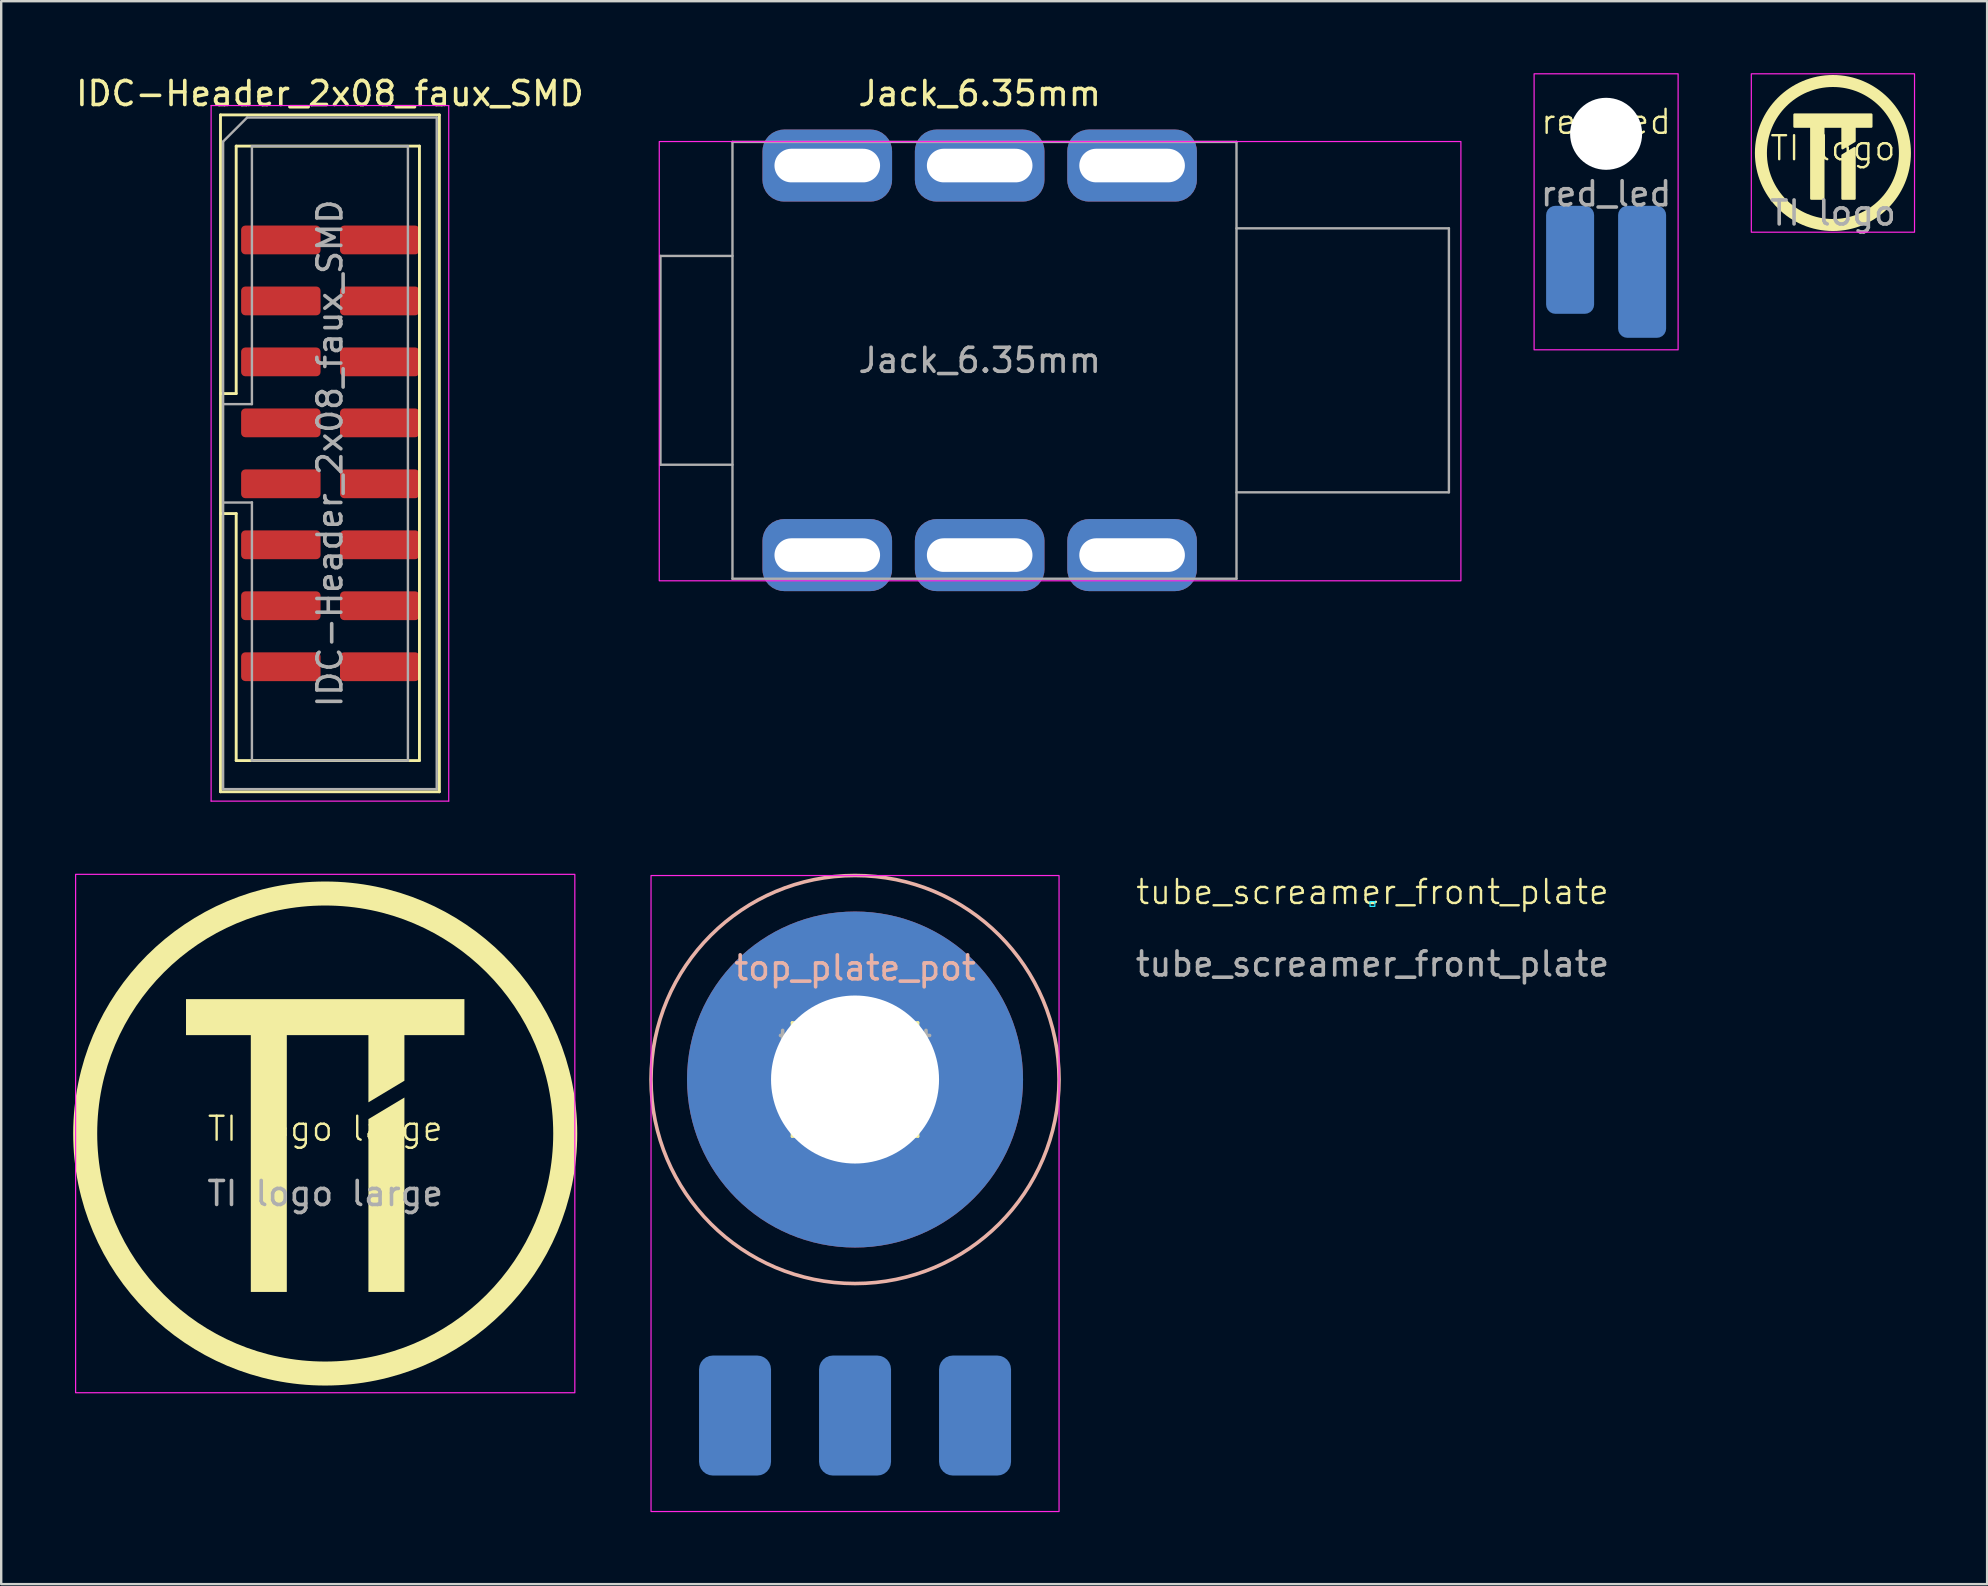
<source format=kicad_pcb>
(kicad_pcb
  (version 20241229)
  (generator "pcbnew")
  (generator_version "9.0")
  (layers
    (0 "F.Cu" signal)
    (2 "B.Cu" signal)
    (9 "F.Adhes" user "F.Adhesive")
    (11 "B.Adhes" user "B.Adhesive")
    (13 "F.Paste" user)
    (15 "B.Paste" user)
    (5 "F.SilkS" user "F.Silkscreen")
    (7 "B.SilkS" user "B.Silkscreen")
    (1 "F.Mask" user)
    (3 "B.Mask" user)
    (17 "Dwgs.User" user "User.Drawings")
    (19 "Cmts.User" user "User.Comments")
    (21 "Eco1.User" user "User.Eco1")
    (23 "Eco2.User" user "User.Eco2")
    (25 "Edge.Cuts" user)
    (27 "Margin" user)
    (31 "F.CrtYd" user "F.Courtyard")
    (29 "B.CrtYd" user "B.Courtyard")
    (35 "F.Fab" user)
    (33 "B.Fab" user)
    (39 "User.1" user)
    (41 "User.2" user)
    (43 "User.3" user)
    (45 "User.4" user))
  (footprint "TI logo large"
    (layer "F.Cu")
    (at 10.5 44.178)
    (property "Reference" "TI logo large" (at 0 -0.2 0) (unlocked yes) (layer "F.SilkS") (effects (font (size 1 1) (thickness 0.1))))
    (attr through_hole)
    (fp_rect (start -5.8 -5.6) (end 5.8 -4.1) (stroke (width 0) (type solid)) (fill yes) (layer "F.SilkS"))
    (fp_circle (center 0 0) (end 0 -10) (stroke (width 1) (type default)) (fill no) (layer "F.SilkS"))
    (fp_poly (pts (xy -3.1 6.6) (xy -3.1 -5) (xy -1.6 -5) (xy -1.6 6.6)) (stroke (width 0) (type solid)) (fill yes) (layer "F.SilkS"))
    (fp_poly (pts (xy 1.8 -1.3) (xy 3.3 -2.2) (xy 3.3 -5.5) (xy 1.8 -5.5)) (stroke (width 0) (type solid)) (fill yes) (layer "F.SilkS"))
    (fp_poly (pts (xy 1.8 6.6) (xy 1.8 -0.6) (xy 3.3 -1.5) (xy 3.3 6.6)) (stroke (width 0) (type solid)) (fill yes) (layer "F.SilkS"))
    (fp_rect (start -10.4 -10.8) (end 10.4 10.8) (stroke (width 0.05) (type default)) (fill no) (layer "F.CrtYd"))
    (fp_text user "${REFERENCE}" (at 0 2.5 0) (unlocked yes) (layer "F.Fab") (effects (font (size 1 1) (thickness 0.15)))))
  (footprint "top_plate_pot"
    (layer "F.Cu")
    (at 32.575 41.928)
    (property "Reference" "top_plate_pot" (at 0 -4.65 0) (layer "B.SilkS") (effects (font (size 1 1) (thickness 0.15))))
    (attr smd)
    (fp_line (start -2.62 -2.37) (end -2.62 2.37) (stroke (width 0.12) (type solid)) (layer "F.SilkS"))
    (fp_line (start -2.62 -2.37) (end -2.06 -2.37) (stroke (width 0.12) (type solid)) (layer "F.SilkS"))
    (fp_line (start -2.62 2.37) (end -1.26 2.37) (stroke (width 0.12) (type solid)) (layer "F.SilkS"))
    (fp_line (start -0.24 -2.37) (end 0.24 -2.37) (stroke (width 0.12) (type solid)) (layer "F.SilkS"))
    (fp_line (start 1.26 2.37) (end 2.62 2.37) (stroke (width 0.12) (type solid)) (layer "F.SilkS"))
    (fp_line (start 2.06 -2.37) (end 2.62 -2.37) (stroke (width 0.12) (type solid)) (layer "F.SilkS"))
    (fp_line (start 2.62 -2.37) (end 2.62 2.37) (stroke (width 0.12) (type solid)) (layer "F.SilkS"))
    (fp_circle (center 0 0) (end 8.5 0) (stroke (width 0.15) (type default)) (fill no) (layer "B.SilkS"))
    (fp_rect (start -8.5 -8.5) (end 8.5 18) (stroke (width 0.05) (type default)) (fill no) (layer "F.CrtYd"))
    (fp_line (start -2.5 -2.25) (end -2.5 2.25) (stroke (width 0.1) (type solid)) (layer "F.Fab"))
    (fp_line (start -2.5 2.25) (end 2.5 2.25) (stroke (width 0.1) (type solid)) (layer "F.Fab"))
    (fp_line (start 2.5 -2.25) (end -2.5 -2.25) (stroke (width 0.1) (type solid)) (layer "F.Fab"))
    (fp_line (start 2.5 2.25) (end 2.5 -2.25) (stroke (width 0.1) (type solid)) (layer "F.Fab"))
    (fp_text user "${REFERENCE}" (at 0 -1.7 0) (layer "F.Fab") (effects (font (size 0.63 0.63) (thickness 0.15))))
    (pad "1" smd roundrect (at -5 14) (size 3 5) (layers "B.Cu" "B.Mask" "B.Paste") (roundrect_rratio 0.192))
    (pad "2" smd roundrect (at 0 14) (size 3 5) (layers "B.Cu" "B.Mask" "B.Paste") (roundrect_rratio 0.192))
    (pad "3" smd roundrect (at 5 14) (size 3 5) (layers "B.Cu" "B.Mask" "B.Paste") (roundrect_rratio 0.192))
    (pad "MH" thru_hole circle (at 0 0) (size 14 14) (drill 7) (layers "*.Cu" "*.Mask")))
  (footprint "red_led"
    (layer "F.Cu")
    (at 63.868 2.525)
    (property "Reference" "red_led" (at 0 -0.5 0) (unlocked yes) (layer "F.SilkS") (effects (font (size 1 1) (thickness 0.1))))
    (attr through_hole)
    (fp_rect (start -3 -2.5) (end 3 9) (stroke (width 0.05) (type default)) (fill no) (layer "F.CrtYd"))
    (fp_text user "${REFERENCE}" (at 0 2.5 0) (unlocked yes) (layer "F.Fab") (effects (font (size 1 1) (thickness 0.15))))
    (pad "" np_thru_hole circle (at 0 0) (size 3 3) (drill 3) (layers "*.Cu" "*.Mask"))
    (pad "1" smd roundrect (at -1.5 5.25) (size 2 4.5) (layers "B.Cu" "B.Mask" "B.Paste") (roundrect_rratio 0.192))
    (pad "2" smd roundrect (at 1.5 5.75) (size 2 5.5) (layers "B.Cu" "B.Mask" "B.Paste") (roundrect_rratio 0.192)))
  (footprint "Jack_6.35mm"
    (layer "F.Cu")
    (at 31.418 3.848)
    (property "Reference" "Jack_6.35mm" (at 6.35 -3 0) (layer "F.SilkS") (effects (font (size 1 1) (thickness 0.15))))
    (attr through_hole)
    (fp_rect (start -7 -1) (end 26.4 17.3) (stroke (width 0.05) (type default)) (fill no) (layer "F.CrtYd"))
    (fp_line (start -6.95 3.765) (end -3.95 3.765) (stroke (width 0.1) (type solid)) (layer "F.Fab"))
    (fp_line (start -6.95 12.465) (end -6.95 3.765) (stroke (width 0.1) (type solid)) (layer "F.Fab"))
    (fp_line (start -6.95 12.465) (end -3.95 12.465) (stroke (width 0.1) (type solid)) (layer "F.Fab"))
    (fp_line (start -3.95 17.215) (end -3.95 -0.985) (stroke (width 0.1) (type solid)) (layer "F.Fab"))
    (fp_line (start 17.05 -0.985) (end -3.95 -0.985) (stroke (width 0.1) (type solid)) (layer "F.Fab"))
    (fp_line (start 17.05 17.215) (end -3.95 17.215) (stroke (width 0.1) (type solid)) (layer "F.Fab"))
    (fp_line (start 17.05 17.215) (end 17.05 -0.985) (stroke (width 0.1) (type solid)) (layer "F.Fab"))
    (fp_line (start 25.9 2.615) (end 17.05 2.615) (stroke (width 0.1) (type solid)) (layer "F.Fab"))
    (fp_line (start 25.9 13.615) (end 17.05 13.615) (stroke (width 0.1) (type solid)) (layer "F.Fab"))
    (fp_line (start 25.9 13.615) (end 25.9 2.615) (stroke (width 0.1) (type solid)) (layer "F.Fab"))
    (fp_text user "${REFERENCE}" (at 6.35 8.115 0) (layer "F.Fab") (effects (font (size 1 1) (thickness 0.15))))
    (pad "R" thru_hole roundrect (at 6.35 0) (size 5.4 3) (drill oval 4.4 1.4) (layers "*.Cu" "*.Mask") (roundrect_rratio 0.3))
    (pad "RN" thru_hole roundrect (at 6.35 16.23) (size 5.4 3) (drill oval 4.4 1.4) (layers "*.Cu" "*.Mask") (roundrect_rratio 0.3))
    (pad "S" thru_hole roundrect (at 12.7 0) (size 5.4 3) (drill oval 4.4 1.4) (layers "*.Cu" "*.Mask") (roundrect_rratio 0.3))
    (pad "SN" thru_hole roundrect (at 12.7 16.23) (size 5.4 3) (drill oval 4.4 1.4) (layers "*.Cu" "*.Mask") (roundrect_rratio 0.3))
    (pad "T" thru_hole roundrect (at 0 0) (size 5.4 3) (drill oval 4.4 1.4) (layers "*.Cu" "*.Mask") (roundrect_rratio 0.3))
    (pad "TN" thru_hole roundrect (at 0 16.23) (size 5.4 3) (drill oval 4.4 1.4) (layers "*.Cu" "*.Mask") (roundrect_rratio 0.3)))
  (footprint "IDC-Header_2x08_faux_SMD"
    (layer "F.Cu")
    (at 9.426 6.948)
    (property "Reference" "IDC-Header_2x08_faux_SMD" (at 1.27 -6.1 0) (layer "F.SilkS") (effects (font (size 1 1) (thickness 0.15))))
    (attr through_hole)
    (fp_line (start -3.29 -5.21) (end 5.83 -5.21) (stroke (width 0.12) (type solid)) (layer "F.SilkS"))
    (fp_line (start -3.29 6.4) (end -2.635 6.4) (stroke (width 0.12) (type solid)) (layer "F.SilkS"))
    (fp_line (start -3.29 22.99) (end -3.29 -5.21) (stroke (width 0.12) (type solid)) (layer "F.SilkS"))
    (fp_line (start -2.635 -3.91) (end 5 -3.91) (stroke (width 0.12) (type solid)) (layer "F.SilkS"))
    (fp_line (start -2.635 6.4) (end -2.635 -3.91) (stroke (width 0.12) (type solid)) (layer "F.SilkS"))
    (fp_line (start -2.635 11.4) (end -3.29 11.4) (stroke (width 0.12) (type solid)) (layer "F.SilkS"))
    (fp_line (start -2.635 21.69) (end -2.635 11.4) (stroke (width 0.12) (type solid)) (layer "F.SilkS"))
    (fp_line (start 5 -3.91) (end 5 21.69) (stroke (width 0.12) (type solid)) (layer "F.SilkS"))
    (fp_line (start 5 21.69) (end -2.635 21.69) (stroke (width 0.12) (type solid)) (layer "F.SilkS"))
    (fp_line (start 5.83 -5.21) (end 5.83 22.99) (stroke (width 0.12) (type solid)) (layer "F.SilkS"))
    (fp_line (start 5.83 22.99) (end -3.29 22.99) (stroke (width 0.12) (type solid)) (layer "F.SilkS"))
    (fp_line (start -3.68 -5.6) (end -3.68 23.38) (stroke (width 0.05) (type solid)) (layer "F.CrtYd"))
    (fp_line (start -3.68 23.38) (end 6.22 23.38) (stroke (width 0.05) (type solid)) (layer "F.CrtYd"))
    (fp_line (start 6.22 -5.6) (end -3.68 -5.6) (stroke (width 0.05) (type solid)) (layer "F.CrtYd"))
    (fp_line (start 6.22 23.38) (end 6.22 -5.6) (stroke (width 0.05) (type solid)) (layer "F.CrtYd"))
    (fp_line (start -3.18 -4.1) (end -2.18 -5.1) (stroke (width 0.1) (type solid)) (layer "F.Fab"))
    (fp_line (start -3.18 6.84) (end -1.98 6.84) (stroke (width 0.1) (type solid)) (layer "F.Fab"))
    (fp_line (start -3.18 22.88) (end -3.18 -4.1) (stroke (width 0.1) (type solid)) (layer "F.Fab"))
    (fp_line (start -2.18 -5.1) (end 5.72 -5.1) (stroke (width 0.1) (type solid)) (layer "F.Fab"))
    (fp_line (start -1.98 -3.91) (end 4.52 -3.91) (stroke (width 0.1) (type solid)) (layer "F.Fab"))
    (fp_line (start -1.98 6.84) (end -1.98 -3.91) (stroke (width 0.1) (type solid)) (layer "F.Fab"))
    (fp_line (start -1.98 10.94) (end -3.18 10.94) (stroke (width 0.1) (type solid)) (layer "F.Fab"))
    (fp_line (start -1.98 10.94) (end -1.98 10.94) (stroke (width 0.1) (type solid)) (layer "F.Fab"))
    (fp_line (start -1.98 21.69) (end -1.98 10.94) (stroke (width 0.1) (type solid)) (layer "F.Fab"))
    (fp_line (start 4.52 -3.91) (end 4.52 21.69) (stroke (width 0.1) (type solid)) (layer "F.Fab"))
    (fp_line (start 4.52 21.69) (end -1.98 21.69) (stroke (width 0.1) (type solid)) (layer "F.Fab"))
    (fp_line (start 5.72 -5.1) (end 5.72 22.88) (stroke (width 0.1) (type solid)) (layer "F.Fab"))
    (fp_line (start 5.72 22.88) (end -3.18 22.88) (stroke (width 0.1) (type solid)) (layer "F.Fab"))
    (fp_text user "${REFERENCE}" (at 1.27 8.89 90) (layer "F.Fab") (effects (font (size 1 1) (thickness 0.15))))
    (pad "1" smd roundrect (at -0.2 0) (size 3.31 1.2) (drill (offset -0.575 0)) (layers "F.Cu" "F.Mask") (roundrect_rratio 0.147))
    (pad "2" smd roundrect (at 3.345 0) (size 3.31 1.2) (layers "F.Cu" "F.Mask") (roundrect_rratio 0.147))
    (pad "3" smd roundrect (at -0.775 2.54) (size 3.31 1.2) (layers "F.Cu" "F.Mask") (roundrect_rratio 0.147))
    (pad "4" smd roundrect (at 3.345 2.54) (size 3.31 1.2) (layers "F.Cu" "F.Mask") (roundrect_rratio 0.147))
    (pad "5" smd roundrect (at -0.775 5.08) (size 3.31 1.2) (layers "F.Cu" "F.Mask") (roundrect_rratio 0.147))
    (pad "6" smd roundrect (at 3.345 5.08) (size 3.31 1.2) (layers "F.Cu" "F.Mask") (roundrect_rratio 0.147))
    (pad "7" smd roundrect (at -0.775 7.62) (size 3.31 1.2) (layers "F.Cu" "F.Mask") (roundrect_rratio 0.147))
    (pad "8" smd roundrect (at 3.345 7.62) (size 3.31 1.2) (layers "F.Cu" "F.Mask") (roundrect_rratio 0.147))
    (pad "9" smd roundrect (at -0.775 10.16) (size 3.31 1.2) (layers "F.Cu" "F.Mask") (roundrect_rratio 0.147))
    (pad "10" smd roundrect (at 3.345 10.16) (size 3.31 1.2) (layers "F.Cu" "F.Mask") (roundrect_rratio 0.147))
    (pad "11" smd roundrect (at -0.775 12.7) (size 3.31 1.2) (layers "F.Cu" "F.Mask") (roundrect_rratio 0.147))
    (pad "12" smd roundrect (at 3.345 12.7) (size 3.31 1.2) (layers "F.Cu" "F.Mask") (roundrect_rratio 0.147))
    (pad "13" smd roundrect (at -0.775 15.24) (size 3.31 1.2) (layers "F.Cu" "F.Mask") (roundrect_rratio 0.147))
    (pad "14" smd roundrect (at 3.345 15.24) (size 3.31 1.2) (layers "F.Cu" "F.Mask") (roundrect_rratio 0.147))
    (pad "15" smd roundrect (at -0.775 17.78) (size 3.31 1.2) (layers "F.Cu" "F.Mask") (roundrect_rratio 0.147))
    (pad "16" smd roundrect (at 3.345 17.78) (size 3.31 1.2) (layers "F.Cu" "F.Mask") (roundrect_rratio 0.147)))
  (footprint "TI logo"
    (layer "F.Cu")
    (at 73.318 3.325)
    (property "Reference" "TI logo" (at 0 -0.2 0) (unlocked yes) (layer "F.SilkS") (effects (font (size 1 1) (thickness 0.1))))
    (attr through_hole)
    (fp_rect (start -1.6 -1.6) (end 1.6 -1.1) (stroke (width 0.1) (type solid)) (fill yes) (layer "F.SilkS"))
    (fp_circle (center 0 0) (end 3 0) (stroke (width 0.5) (type default)) (fill no) (layer "F.SilkS"))
    (fp_poly (pts (xy -0.9 1.9) (xy -0.9 -1.2) (xy -0.4 -1.2) (xy -0.4 1.9)) (stroke (width 0.1) (type solid)) (fill yes) (layer "F.SilkS"))
    (fp_poly (pts (xy 0.4 -0.2) (xy 0.9 -0.5) (xy 0.9 -1.3) (xy 0.4 -1.3)) (stroke (width 0.1) (type solid)) (fill yes) (layer "F.SilkS"))
    (fp_poly (pts (xy 0.4 1.9) (xy 0.4 0.1) (xy 0.9 -0.2) (xy 0.9 1.9)) (stroke (width 0.1) (type solid)) (fill yes) (layer "F.SilkS"))
    (fp_rect (start -3.4 -3.3) (end 3.4 3.3) (stroke (width 0.05) (type default)) (fill no) (layer "F.CrtYd"))
    (fp_text user "${REFERENCE}" (at 0 2.5 0) (unlocked yes) (layer "F.Fab") (effects (font (size 1 1) (thickness 0.15)))))
  (footprint "tube_screamer_front_plate"
    (layer "F.Cu")
    (at 54.132 34.614)
    (property "Reference" "tube_screamer_front_plate" (at 0 -0.5 0) (unlocked yes) (layer "F.SilkS") (effects (font (size 1 1) (thickness 0.1))))
    (attr through_hole)
    (fp_rect (start -0.1 -0.1) (end 0.1 0.1) (stroke (width 0.05) (type default)) (fill no) (layer "B.CrtYd"))
    (fp_text user "${REFERENCE}" (at 0 2.5 0) (unlocked yes) (layer "F.Fab") (effects (font (size 1 1) (thickness 0.15)))))
  (gr_rect
    (start -3 -3)
    (end 79.743 62.953)
    (stroke (width 0.1) (type default))
    (fill no)
    (layer "Edge.Cuts")))
</source>
